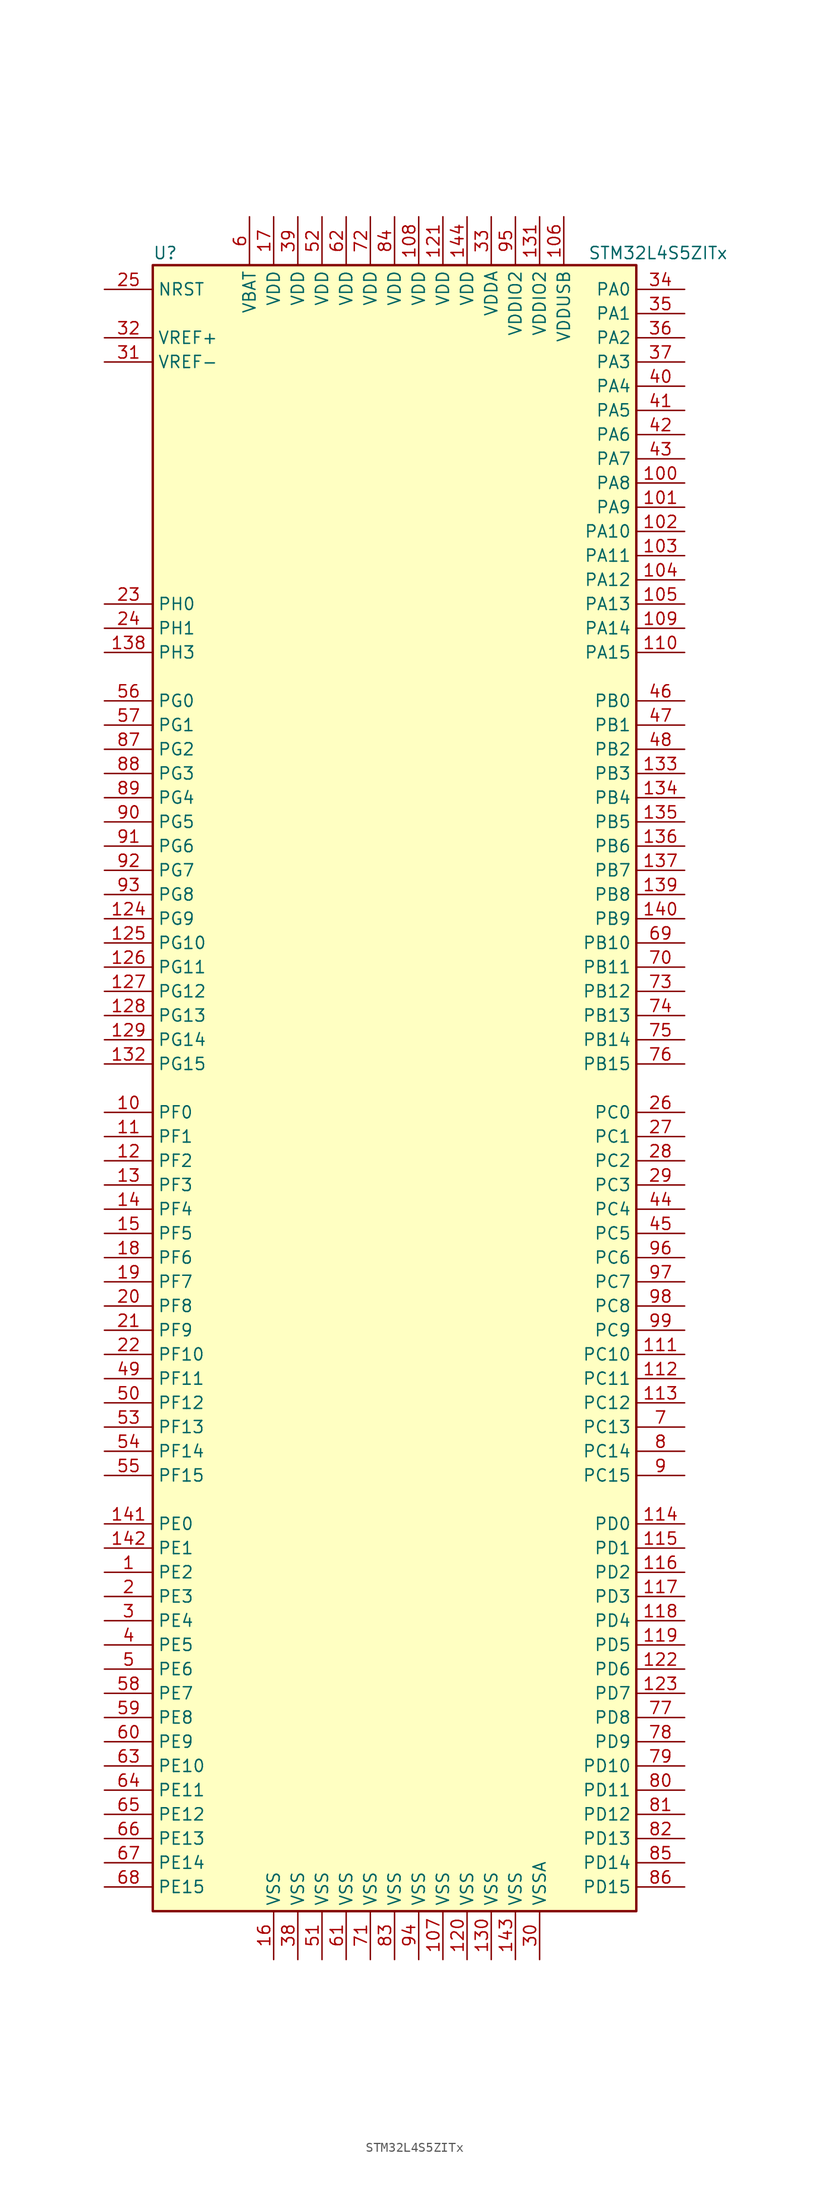
<source format=kicad_sym>
(kicad_symbol_lib
  (version 20211014)
  (generator kicad_symbol_editor)
  (symbol "STM32L4S5ZITx"
    (property "Reference" "U"
      (at -25.4 87.63 0)
      (effects (font (size 1.27 1.27)) (justify left)))
    (property "Value" "STM32L4S5ZITx"
      (at 20.32 87.63 0)
      (effects (font (size 1.27 1.27)) (justify left)))
    (symbol "STM32L4S5ZITx_0_1"
      (rectangle (start -25.4 -86.36) (end 25.4 86.36) (stroke (width 0.254) (type default) (color 0 0 0 0)) (fill (type background))))
    (symbol "STM32L4S5ZITx_1_1"
      (pin bidirectional line (at -30.48 -50.8 0) (length 5.08) (name "PE2" (effects (font (size 1.27 1.27)))) (number "1" (effects (font (size 1.27 1.27)))))
      (pin bidirectional line (at -30.48 -2.54 0) (length 5.08) (name "PF0" (effects (font (size 1.27 1.27)))) (number "10" (effects (font (size 1.27 1.27)))))
      (pin bidirectional line (at 30.48 63.5 180) (length 5.08) (name "PA8" (effects (font (size 1.27 1.27)))) (number "100" (effects (font (size 1.27 1.27)))))
      (pin bidirectional line (at 30.48 60.96 180) (length 5.08) (name "PA9" (effects (font (size 1.27 1.27)))) (number "101" (effects (font (size 1.27 1.27)))))
      (pin bidirectional line (at 30.48 58.42 180) (length 5.08) (name "PA10" (effects (font (size 1.27 1.27)))) (number "102" (effects (font (size 1.27 1.27)))))
      (pin bidirectional line (at 30.48 55.88 180) (length 5.08) (name "PA11" (effects (font (size 1.27 1.27)))) (number "103" (effects (font (size 1.27 1.27)))))
      (pin bidirectional line (at 30.48 53.34 180) (length 5.08) (name "PA12" (effects (font (size 1.27 1.27)))) (number "104" (effects (font (size 1.27 1.27)))))
      (pin bidirectional line (at 30.48 50.8 180) (length 5.08) (name "PA13" (effects (font (size 1.27 1.27)))) (number "105" (effects (font (size 1.27 1.27)))))
      (pin power_in line (at 17.78 91.44 270) (length 5.08) (name "VDDUSB" (effects (font (size 1.27 1.27)))) (number "106" (effects (font (size 1.27 1.27)))))
      (pin power_in line (at 5.08 -91.44 90) (length 5.08) (name "VSS" (effects (font (size 1.27 1.27)))) (number "107" (effects (font (size 1.27 1.27)))))
      (pin power_in line (at 2.54 91.44 270) (length 5.08) (name "VDD" (effects (font (size 1.27 1.27)))) (number "108" (effects (font (size 1.27 1.27)))))
      (pin bidirectional line (at 30.48 48.26 180) (length 5.08) (name "PA14" (effects (font (size 1.27 1.27)))) (number "109" (effects (font (size 1.27 1.27)))))
      (pin bidirectional line (at -30.48 -5.08 0) (length 5.08) (name "PF1" (effects (font (size 1.27 1.27)))) (number "11" (effects (font (size 1.27 1.27)))))
      (pin bidirectional line (at 30.48 45.72 180) (length 5.08) (name "PA15" (effects (font (size 1.27 1.27)))) (number "110" (effects (font (size 1.27 1.27)))))
      (pin bidirectional line (at 30.48 -27.94 180) (length 5.08) (name "PC10" (effects (font (size 1.27 1.27)))) (number "111" (effects (font (size 1.27 1.27)))))
      (pin bidirectional line (at 30.48 -30.48 180) (length 5.08) (name "PC11" (effects (font (size 1.27 1.27)))) (number "112" (effects (font (size 1.27 1.27)))))
      (pin bidirectional line (at 30.48 -33.02 180) (length 5.08) (name "PC12" (effects (font (size 1.27 1.27)))) (number "113" (effects (font (size 1.27 1.27)))))
      (pin bidirectional line (at 30.48 -45.72 180) (length 5.08) (name "PD0" (effects (font (size 1.27 1.27)))) (number "114" (effects (font (size 1.27 1.27)))))
      (pin bidirectional line (at 30.48 -48.26 180) (length 5.08) (name "PD1" (effects (font (size 1.27 1.27)))) (number "115" (effects (font (size 1.27 1.27)))))
      (pin bidirectional line (at 30.48 -50.8 180) (length 5.08) (name "PD2" (effects (font (size 1.27 1.27)))) (number "116" (effects (font (size 1.27 1.27)))))
      (pin bidirectional line (at 30.48 -53.34 180) (length 5.08) (name "PD3" (effects (font (size 1.27 1.27)))) (number "117" (effects (font (size 1.27 1.27)))))
      (pin bidirectional line (at 30.48 -55.88 180) (length 5.08) (name "PD4" (effects (font (size 1.27 1.27)))) (number "118" (effects (font (size 1.27 1.27)))))
      (pin bidirectional line (at 30.48 -58.42 180) (length 5.08) (name "PD5" (effects (font (size 1.27 1.27)))) (number "119" (effects (font (size 1.27 1.27)))))
      (pin bidirectional line (at -30.48 -7.62 0) (length 5.08) (name "PF2" (effects (font (size 1.27 1.27)))) (number "12" (effects (font (size 1.27 1.27)))))
      (pin power_in line (at 7.62 -91.44 90) (length 5.08) (name "VSS" (effects (font (size 1.27 1.27)))) (number "120" (effects (font (size 1.27 1.27)))))
      (pin power_in line (at 5.08 91.44 270) (length 5.08) (name "VDD" (effects (font (size 1.27 1.27)))) (number "121" (effects (font (size 1.27 1.27)))))
      (pin bidirectional line (at 30.48 -60.96 180) (length 5.08) (name "PD6" (effects (font (size 1.27 1.27)))) (number "122" (effects (font (size 1.27 1.27)))))
      (pin bidirectional line (at 30.48 -63.5 180) (length 5.08) (name "PD7" (effects (font (size 1.27 1.27)))) (number "123" (effects (font (size 1.27 1.27)))))
      (pin bidirectional line (at -30.48 17.78 0) (length 5.08) (name "PG9" (effects (font (size 1.27 1.27)))) (number "124" (effects (font (size 1.27 1.27)))))
      (pin bidirectional line (at -30.48 15.24 0) (length 5.08) (name "PG10" (effects (font (size 1.27 1.27)))) (number "125" (effects (font (size 1.27 1.27)))))
      (pin bidirectional line (at -30.48 12.7 0) (length 5.08) (name "PG11" (effects (font (size 1.27 1.27)))) (number "126" (effects (font (size 1.27 1.27)))))
      (pin bidirectional line (at -30.48 10.16 0) (length 5.08) (name "PG12" (effects (font (size 1.27 1.27)))) (number "127" (effects (font (size 1.27 1.27)))))
      (pin bidirectional line (at -30.48 7.62 0) (length 5.08) (name "PG13" (effects (font (size 1.27 1.27)))) (number "128" (effects (font (size 1.27 1.27)))))
      (pin bidirectional line (at -30.48 5.08 0) (length 5.08) (name "PG14" (effects (font (size 1.27 1.27)))) (number "129" (effects (font (size 1.27 1.27)))))
      (pin bidirectional line (at -30.48 -10.16 0) (length 5.08) (name "PF3" (effects (font (size 1.27 1.27)))) (number "13" (effects (font (size 1.27 1.27)))))
      (pin power_in line (at 10.16 -91.44 90) (length 5.08) (name "VSS" (effects (font (size 1.27 1.27)))) (number "130" (effects (font (size 1.27 1.27)))))
      (pin power_in line (at 15.24 91.44 270) (length 5.08) (name "VDDIO2" (effects (font (size 1.27 1.27)))) (number "131" (effects (font (size 1.27 1.27)))))
      (pin bidirectional line (at -30.48 2.54 0) (length 5.08) (name "PG15" (effects (font (size 1.27 1.27)))) (number "132" (effects (font (size 1.27 1.27)))))
      (pin bidirectional line (at 30.48 33.02 180) (length 5.08) (name "PB3" (effects (font (size 1.27 1.27)))) (number "133" (effects (font (size 1.27 1.27)))))
      (pin bidirectional line (at 30.48 30.48 180) (length 5.08) (name "PB4" (effects (font (size 1.27 1.27)))) (number "134" (effects (font (size 1.27 1.27)))))
      (pin bidirectional line (at 30.48 27.94 180) (length 5.08) (name "PB5" (effects (font (size 1.27 1.27)))) (number "135" (effects (font (size 1.27 1.27)))))
      (pin bidirectional line (at 30.48 25.4 180) (length 5.08) (name "PB6" (effects (font (size 1.27 1.27)))) (number "136" (effects (font (size 1.27 1.27)))))
      (pin bidirectional line (at 30.48 22.86 180) (length 5.08) (name "PB7" (effects (font (size 1.27 1.27)))) (number "137" (effects (font (size 1.27 1.27)))))
      (pin bidirectional line (at -30.48 45.72 0) (length 5.08) (name "PH3" (effects (font (size 1.27 1.27)))) (number "138" (effects (font (size 1.27 1.27)))))
      (pin bidirectional line (at 30.48 20.32 180) (length 5.08) (name "PB8" (effects (font (size 1.27 1.27)))) (number "139" (effects (font (size 1.27 1.27)))))
      (pin bidirectional line (at -30.48 -12.7 0) (length 5.08) (name "PF4" (effects (font (size 1.27 1.27)))) (number "14" (effects (font (size 1.27 1.27)))))
      (pin bidirectional line (at 30.48 17.78 180) (length 5.08) (name "PB9" (effects (font (size 1.27 1.27)))) (number "140" (effects (font (size 1.27 1.27)))))
      (pin bidirectional line (at -30.48 -45.72 0) (length 5.08) (name "PE0" (effects (font (size 1.27 1.27)))) (number "141" (effects (font (size 1.27 1.27)))))
      (pin bidirectional line (at -30.48 -48.26 0) (length 5.08) (name "PE1" (effects (font (size 1.27 1.27)))) (number "142" (effects (font (size 1.27 1.27)))))
      (pin power_in line (at 12.7 -91.44 90) (length 5.08) (name "VSS" (effects (font (size 1.27 1.27)))) (number "143" (effects (font (size 1.27 1.27)))))
      (pin power_in line (at 7.62 91.44 270) (length 5.08) (name "VDD" (effects (font (size 1.27 1.27)))) (number "144" (effects (font (size 1.27 1.27)))))
      (pin bidirectional line (at -30.48 -15.24 0) (length 5.08) (name "PF5" (effects (font (size 1.27 1.27)))) (number "15" (effects (font (size 1.27 1.27)))))
      (pin power_in line (at -12.7 -91.44 90) (length 5.08) (name "VSS" (effects (font (size 1.27 1.27)))) (number "16" (effects (font (size 1.27 1.27)))))
      (pin power_in line (at -12.7 91.44 270) (length 5.08) (name "VDD" (effects (font (size 1.27 1.27)))) (number "17" (effects (font (size 1.27 1.27)))))
      (pin bidirectional line (at -30.48 -17.78 0) (length 5.08) (name "PF6" (effects (font (size 1.27 1.27)))) (number "18" (effects (font (size 1.27 1.27)))))
      (pin bidirectional line (at -30.48 -20.32 0) (length 5.08) (name "PF7" (effects (font (size 1.27 1.27)))) (number "19" (effects (font (size 1.27 1.27)))))
      (pin bidirectional line (at -30.48 -53.34 0) (length 5.08) (name "PE3" (effects (font (size 1.27 1.27)))) (number "2" (effects (font (size 1.27 1.27)))))
      (pin bidirectional line (at -30.48 -22.86 0) (length 5.08) (name "PF8" (effects (font (size 1.27 1.27)))) (number "20" (effects (font (size 1.27 1.27)))))
      (pin bidirectional line (at -30.48 -25.4 0) (length 5.08) (name "PF9" (effects (font (size 1.27 1.27)))) (number "21" (effects (font (size 1.27 1.27)))))
      (pin bidirectional line (at -30.48 -27.94 0) (length 5.08) (name "PF10" (effects (font (size 1.27 1.27)))) (number "22" (effects (font (size 1.27 1.27)))))
      (pin input line (at -30.48 50.8 0) (length 5.08) (name "PH0" (effects (font (size 1.27 1.27)))) (number "23" (effects (font (size 1.27 1.27)))))
      (pin input line (at -30.48 48.26 0) (length 5.08) (name "PH1" (effects (font (size 1.27 1.27)))) (number "24" (effects (font (size 1.27 1.27)))))
      (pin input line (at -30.48 83.82 0) (length 5.08) (name "NRST" (effects (font (size 1.27 1.27)))) (number "25" (effects (font (size 1.27 1.27)))))
      (pin bidirectional line (at 30.48 -2.54 180) (length 5.08) (name "PC0" (effects (font (size 1.27 1.27)))) (number "26" (effects (font (size 1.27 1.27)))))
      (pin bidirectional line (at 30.48 -5.08 180) (length 5.08) (name "PC1" (effects (font (size 1.27 1.27)))) (number "27" (effects (font (size 1.27 1.27)))))
      (pin bidirectional line (at 30.48 -7.62 180) (length 5.08) (name "PC2" (effects (font (size 1.27 1.27)))) (number "28" (effects (font (size 1.27 1.27)))))
      (pin bidirectional line (at 30.48 -10.16 180) (length 5.08) (name "PC3" (effects (font (size 1.27 1.27)))) (number "29" (effects (font (size 1.27 1.27)))))
      (pin bidirectional line (at -30.48 -55.88 0) (length 5.08) (name "PE4" (effects (font (size 1.27 1.27)))) (number "3" (effects (font (size 1.27 1.27)))))
      (pin power_in line (at 15.24 -91.44 90) (length 5.08) (name "VSSA" (effects (font (size 1.27 1.27)))) (number "30" (effects (font (size 1.27 1.27)))))
      (pin power_in line (at -30.48 76.2 0) (length 5.08) (name "VREF-" (effects (font (size 1.27 1.27)))) (number "31" (effects (font (size 1.27 1.27)))))
      (pin bidirectional line (at -30.48 78.74 0) (length 5.08) (name "VREF+" (effects (font (size 1.27 1.27)))) (number "32" (effects (font (size 1.27 1.27)))))
      (pin power_in line (at 10.16 91.44 270) (length 5.08) (name "VDDA" (effects (font (size 1.27 1.27)))) (number "33" (effects (font (size 1.27 1.27)))))
      (pin bidirectional line (at 30.48 83.82 180) (length 5.08) (name "PA0" (effects (font (size 1.27 1.27)))) (number "34" (effects (font (size 1.27 1.27)))))
      (pin bidirectional line (at 30.48 81.28 180) (length 5.08) (name "PA1" (effects (font (size 1.27 1.27)))) (number "35" (effects (font (size 1.27 1.27)))))
      (pin bidirectional line (at 30.48 78.74 180) (length 5.08) (name "PA2" (effects (font (size 1.27 1.27)))) (number "36" (effects (font (size 1.27 1.27)))))
      (pin bidirectional line (at 30.48 76.2 180) (length 5.08) (name "PA3" (effects (font (size 1.27 1.27)))) (number "37" (effects (font (size 1.27 1.27)))))
      (pin power_in line (at -10.16 -91.44 90) (length 5.08) (name "VSS" (effects (font (size 1.27 1.27)))) (number "38" (effects (font (size 1.27 1.27)))))
      (pin power_in line (at -10.16 91.44 270) (length 5.08) (name "VDD" (effects (font (size 1.27 1.27)))) (number "39" (effects (font (size 1.27 1.27)))))
      (pin bidirectional line (at -30.48 -58.42 0) (length 5.08) (name "PE5" (effects (font (size 1.27 1.27)))) (number "4" (effects (font (size 1.27 1.27)))))
      (pin bidirectional line (at 30.48 73.66 180) (length 5.08) (name "PA4" (effects (font (size 1.27 1.27)))) (number "40" (effects (font (size 1.27 1.27)))))
      (pin bidirectional line (at 30.48 71.12 180) (length 5.08) (name "PA5" (effects (font (size 1.27 1.27)))) (number "41" (effects (font (size 1.27 1.27)))))
      (pin bidirectional line (at 30.48 68.58 180) (length 5.08) (name "PA6" (effects (font (size 1.27 1.27)))) (number "42" (effects (font (size 1.27 1.27)))))
      (pin bidirectional line (at 30.48 66.04 180) (length 5.08) (name "PA7" (effects (font (size 1.27 1.27)))) (number "43" (effects (font (size 1.27 1.27)))))
      (pin bidirectional line (at 30.48 -12.7 180) (length 5.08) (name "PC4" (effects (font (size 1.27 1.27)))) (number "44" (effects (font (size 1.27 1.27)))))
      (pin bidirectional line (at 30.48 -15.24 180) (length 5.08) (name "PC5" (effects (font (size 1.27 1.27)))) (number "45" (effects (font (size 1.27 1.27)))))
      (pin bidirectional line (at 30.48 40.64 180) (length 5.08) (name "PB0" (effects (font (size 1.27 1.27)))) (number "46" (effects (font (size 1.27 1.27)))))
      (pin bidirectional line (at 30.48 38.1 180) (length 5.08) (name "PB1" (effects (font (size 1.27 1.27)))) (number "47" (effects (font (size 1.27 1.27)))))
      (pin bidirectional line (at 30.48 35.56 180) (length 5.08) (name "PB2" (effects (font (size 1.27 1.27)))) (number "48" (effects (font (size 1.27 1.27)))))
      (pin bidirectional line (at -30.48 -30.48 0) (length 5.08) (name "PF11" (effects (font (size 1.27 1.27)))) (number "49" (effects (font (size 1.27 1.27)))))
      (pin bidirectional line (at -30.48 -60.96 0) (length 5.08) (name "PE6" (effects (font (size 1.27 1.27)))) (number "5" (effects (font (size 1.27 1.27)))))
      (pin bidirectional line (at -30.48 -33.02 0) (length 5.08) (name "PF12" (effects (font (size 1.27 1.27)))) (number "50" (effects (font (size 1.27 1.27)))))
      (pin power_in line (at -7.62 -91.44 90) (length 5.08) (name "VSS" (effects (font (size 1.27 1.27)))) (number "51" (effects (font (size 1.27 1.27)))))
      (pin power_in line (at -7.62 91.44 270) (length 5.08) (name "VDD" (effects (font (size 1.27 1.27)))) (number "52" (effects (font (size 1.27 1.27)))))
      (pin bidirectional line (at -30.48 -35.56 0) (length 5.08) (name "PF13" (effects (font (size 1.27 1.27)))) (number "53" (effects (font (size 1.27 1.27)))))
      (pin bidirectional line (at -30.48 -38.1 0) (length 5.08) (name "PF14" (effects (font (size 1.27 1.27)))) (number "54" (effects (font (size 1.27 1.27)))))
      (pin bidirectional line (at -30.48 -40.64 0) (length 5.08) (name "PF15" (effects (font (size 1.27 1.27)))) (number "55" (effects (font (size 1.27 1.27)))))
      (pin bidirectional line (at -30.48 40.64 0) (length 5.08) (name "PG0" (effects (font (size 1.27 1.27)))) (number "56" (effects (font (size 1.27 1.27)))))
      (pin bidirectional line (at -30.48 38.1 0) (length 5.08) (name "PG1" (effects (font (size 1.27 1.27)))) (number "57" (effects (font (size 1.27 1.27)))))
      (pin bidirectional line (at -30.48 -63.5 0) (length 5.08) (name "PE7" (effects (font (size 1.27 1.27)))) (number "58" (effects (font (size 1.27 1.27)))))
      (pin bidirectional line (at -30.48 -66.04 0) (length 5.08) (name "PE8" (effects (font (size 1.27 1.27)))) (number "59" (effects (font (size 1.27 1.27)))))
      (pin power_in line (at -15.24 91.44 270) (length 5.08) (name "VBAT" (effects (font (size 1.27 1.27)))) (number "6" (effects (font (size 1.27 1.27)))))
      (pin bidirectional line (at -30.48 -68.58 0) (length 5.08) (name "PE9" (effects (font (size 1.27 1.27)))) (number "60" (effects (font (size 1.27 1.27)))))
      (pin power_in line (at -5.08 -91.44 90) (length 5.08) (name "VSS" (effects (font (size 1.27 1.27)))) (number "61" (effects (font (size 1.27 1.27)))))
      (pin power_in line (at -5.08 91.44 270) (length 5.08) (name "VDD" (effects (font (size 1.27 1.27)))) (number "62" (effects (font (size 1.27 1.27)))))
      (pin bidirectional line (at -30.48 -71.12 0) (length 5.08) (name "PE10" (effects (font (size 1.27 1.27)))) (number "63" (effects (font (size 1.27 1.27)))))
      (pin bidirectional line (at -30.48 -73.66 0) (length 5.08) (name "PE11" (effects (font (size 1.27 1.27)))) (number "64" (effects (font (size 1.27 1.27)))))
      (pin bidirectional line (at -30.48 -76.2 0) (length 5.08) (name "PE12" (effects (font (size 1.27 1.27)))) (number "65" (effects (font (size 1.27 1.27)))))
      (pin bidirectional line (at -30.48 -78.74 0) (length 5.08) (name "PE13" (effects (font (size 1.27 1.27)))) (number "66" (effects (font (size 1.27 1.27)))))
      (pin bidirectional line (at -30.48 -81.28 0) (length 5.08) (name "PE14" (effects (font (size 1.27 1.27)))) (number "67" (effects (font (size 1.27 1.27)))))
      (pin bidirectional line (at -30.48 -83.82 0) (length 5.08) (name "PE15" (effects (font (size 1.27 1.27)))) (number "68" (effects (font (size 1.27 1.27)))))
      (pin bidirectional line (at 30.48 15.24 180) (length 5.08) (name "PB10" (effects (font (size 1.27 1.27)))) (number "69" (effects (font (size 1.27 1.27)))))
      (pin bidirectional line (at 30.48 -35.56 180) (length 5.08) (name "PC13" (effects (font (size 1.27 1.27)))) (number "7" (effects (font (size 1.27 1.27)))))
      (pin bidirectional line (at 30.48 12.7 180) (length 5.08) (name "PB11" (effects (font (size 1.27 1.27)))) (number "70" (effects (font (size 1.27 1.27)))))
      (pin power_in line (at -2.54 -91.44 90) (length 5.08) (name "VSS" (effects (font (size 1.27 1.27)))) (number "71" (effects (font (size 1.27 1.27)))))
      (pin power_in line (at -2.54 91.44 270) (length 5.08) (name "VDD" (effects (font (size 1.27 1.27)))) (number "72" (effects (font (size 1.27 1.27)))))
      (pin bidirectional line (at 30.48 10.16 180) (length 5.08) (name "PB12" (effects (font (size 1.27 1.27)))) (number "73" (effects (font (size 1.27 1.27)))))
      (pin bidirectional line (at 30.48 7.62 180) (length 5.08) (name "PB13" (effects (font (size 1.27 1.27)))) (number "74" (effects (font (size 1.27 1.27)))))
      (pin bidirectional line (at 30.48 5.08 180) (length 5.08) (name "PB14" (effects (font (size 1.27 1.27)))) (number "75" (effects (font (size 1.27 1.27)))))
      (pin bidirectional line (at 30.48 2.54 180) (length 5.08) (name "PB15" (effects (font (size 1.27 1.27)))) (number "76" (effects (font (size 1.27 1.27)))))
      (pin bidirectional line (at 30.48 -66.04 180) (length 5.08) (name "PD8" (effects (font (size 1.27 1.27)))) (number "77" (effects (font (size 1.27 1.27)))))
      (pin bidirectional line (at 30.48 -68.58 180) (length 5.08) (name "PD9" (effects (font (size 1.27 1.27)))) (number "78" (effects (font (size 1.27 1.27)))))
      (pin bidirectional line (at 30.48 -71.12 180) (length 5.08) (name "PD10" (effects (font (size 1.27 1.27)))) (number "79" (effects (font (size 1.27 1.27)))))
      (pin bidirectional line (at 30.48 -38.1 180) (length 5.08) (name "PC14" (effects (font (size 1.27 1.27)))) (number "8" (effects (font (size 1.27 1.27)))))
      (pin bidirectional line (at 30.48 -73.66 180) (length 5.08) (name "PD11" (effects (font (size 1.27 1.27)))) (number "80" (effects (font (size 1.27 1.27)))))
      (pin bidirectional line (at 30.48 -76.2 180) (length 5.08) (name "PD12" (effects (font (size 1.27 1.27)))) (number "81" (effects (font (size 1.27 1.27)))))
      (pin bidirectional line (at 30.48 -78.74 180) (length 5.08) (name "PD13" (effects (font (size 1.27 1.27)))) (number "82" (effects (font (size 1.27 1.27)))))
      (pin power_in line (at 0 -91.44 90) (length 5.08) (name "VSS" (effects (font (size 1.27 1.27)))) (number "83" (effects (font (size 1.27 1.27)))))
      (pin power_in line (at 0 91.44 270) (length 5.08) (name "VDD" (effects (font (size 1.27 1.27)))) (number "84" (effects (font (size 1.27 1.27)))))
      (pin bidirectional line (at 30.48 -81.28 180) (length 5.08) (name "PD14" (effects (font (size 1.27 1.27)))) (number "85" (effects (font (size 1.27 1.27)))))
      (pin bidirectional line (at 30.48 -83.82 180) (length 5.08) (name "PD15" (effects (font (size 1.27 1.27)))) (number "86" (effects (font (size 1.27 1.27)))))
      (pin bidirectional line (at -30.48 35.56 0) (length 5.08) (name "PG2" (effects (font (size 1.27 1.27)))) (number "87" (effects (font (size 1.27 1.27)))))
      (pin bidirectional line (at -30.48 33.02 0) (length 5.08) (name "PG3" (effects (font (size 1.27 1.27)))) (number "88" (effects (font (size 1.27 1.27)))))
      (pin bidirectional line (at -30.48 30.48 0) (length 5.08) (name "PG4" (effects (font (size 1.27 1.27)))) (number "89" (effects (font (size 1.27 1.27)))))
      (pin bidirectional line (at 30.48 -40.64 180) (length 5.08) (name "PC15" (effects (font (size 1.27 1.27)))) (number "9" (effects (font (size 1.27 1.27)))))
      (pin bidirectional line (at -30.48 27.94 0) (length 5.08) (name "PG5" (effects (font (size 1.27 1.27)))) (number "90" (effects (font (size 1.27 1.27)))))
      (pin bidirectional line (at -30.48 25.4 0) (length 5.08) (name "PG6" (effects (font (size 1.27 1.27)))) (number "91" (effects (font (size 1.27 1.27)))))
      (pin bidirectional line (at -30.48 22.86 0) (length 5.08) (name "PG7" (effects (font (size 1.27 1.27)))) (number "92" (effects (font (size 1.27 1.27)))))
      (pin bidirectional line (at -30.48 20.32 0) (length 5.08) (name "PG8" (effects (font (size 1.27 1.27)))) (number "93" (effects (font (size 1.27 1.27)))))
      (pin power_in line (at 2.54 -91.44 90) (length 5.08) (name "VSS" (effects (font (size 1.27 1.27)))) (number "94" (effects (font (size 1.27 1.27)))))
      (pin power_in line (at 12.7 91.44 270) (length 5.08) (name "VDDIO2" (effects (font (size 1.27 1.27)))) (number "95" (effects (font (size 1.27 1.27)))))
      (pin bidirectional line (at 30.48 -17.78 180) (length 5.08) (name "PC6" (effects (font (size 1.27 1.27)))) (number "96" (effects (font (size 1.27 1.27)))))
      (pin bidirectional line (at 30.48 -20.32 180) (length 5.08) (name "PC7" (effects (font (size 1.27 1.27)))) (number "97" (effects (font (size 1.27 1.27)))))
      (pin bidirectional line (at 30.48 -22.86 180) (length 5.08) (name "PC8" (effects (font (size 1.27 1.27)))) (number "98" (effects (font (size 1.27 1.27)))))
      (pin bidirectional line (at 30.48 -25.4 180) (length 5.08) (name "PC9" (effects (font (size 1.27 1.27)))) (number "99" (effects (font (size 1.27 1.27))))))))
</source>
